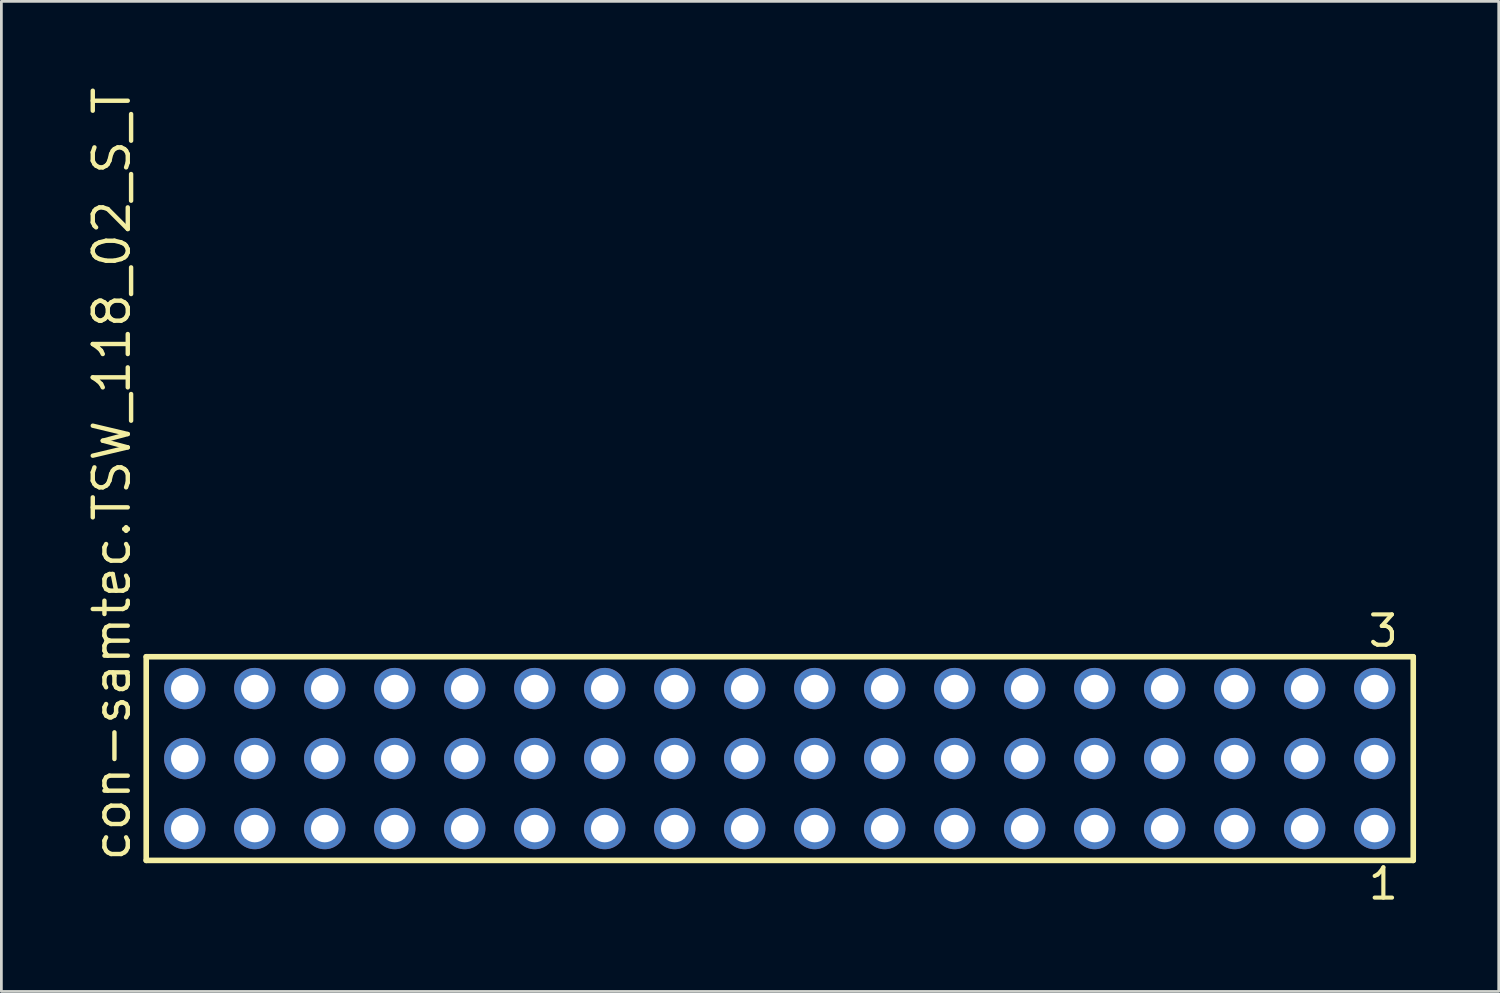
<source format=kicad_pcb>
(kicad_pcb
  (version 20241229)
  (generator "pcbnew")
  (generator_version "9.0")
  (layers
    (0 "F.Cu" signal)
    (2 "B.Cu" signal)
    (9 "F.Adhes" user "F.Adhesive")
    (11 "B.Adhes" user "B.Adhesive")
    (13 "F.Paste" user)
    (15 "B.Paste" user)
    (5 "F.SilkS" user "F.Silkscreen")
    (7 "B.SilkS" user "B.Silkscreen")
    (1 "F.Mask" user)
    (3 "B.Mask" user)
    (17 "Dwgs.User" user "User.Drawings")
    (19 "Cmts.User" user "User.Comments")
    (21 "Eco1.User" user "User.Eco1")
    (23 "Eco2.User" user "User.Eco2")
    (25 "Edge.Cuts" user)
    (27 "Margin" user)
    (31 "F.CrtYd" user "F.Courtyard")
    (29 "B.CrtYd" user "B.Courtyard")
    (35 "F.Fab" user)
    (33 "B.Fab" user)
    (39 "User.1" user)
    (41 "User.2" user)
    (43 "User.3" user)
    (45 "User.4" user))
  (footprint "con-samtec.TSW_118_02_S_T"
    (layer "F.Cu")
    (at 25.245 24.477)
    (property "Reference" "con-samtec.TSW_118_02_S_T" (at -23.495 3.81 90) (layer "F.SilkS") (effects (font (size 1.27 1.27) (thickness 0.16)) (justify left bottom)))
    (attr through_hole)
    (fp_line (start -22.989 -3.695) (end 22.989 -3.695) (stroke (width 0.203) (type default)) (layer "F.SilkS"))
    (fp_line (start -22.989 3.695) (end -22.989 -3.695) (stroke (width 0.203) (type default)) (layer "F.SilkS"))
    (fp_line (start 22.989 -3.695) (end 22.989 3.695) (stroke (width 0.203) (type default)) (layer "F.SilkS"))
    (fp_line (start 22.989 3.695) (end -22.989 3.695) (stroke (width 0.203) (type default)) (layer "F.SilkS"))
    (fp_rect (start -21.94 -2.19) (end -21.24 -2.89) (stroke (width 0.05) (type default)) (fill no) (layer "F.Fab"))
    (fp_rect (start -21.94 0.35) (end -21.24 -0.35) (stroke (width 0.05) (type default)) (fill no) (layer "F.Fab"))
    (fp_rect (start -21.94 2.89) (end -21.24 2.19) (stroke (width 0.05) (type default)) (fill no) (layer "F.Fab"))
    (fp_rect (start -19.4 -2.19) (end -18.7 -2.89) (stroke (width 0.05) (type default)) (fill no) (layer "F.Fab"))
    (fp_rect (start -19.4 0.35) (end -18.7 -0.35) (stroke (width 0.05) (type default)) (fill no) (layer "F.Fab"))
    (fp_rect (start -19.4 2.89) (end -18.7 2.19) (stroke (width 0.05) (type default)) (fill no) (layer "F.Fab"))
    (fp_rect (start -16.86 -2.19) (end -16.16 -2.89) (stroke (width 0.05) (type default)) (fill no) (layer "F.Fab"))
    (fp_rect (start -16.86 0.35) (end -16.16 -0.35) (stroke (width 0.05) (type default)) (fill no) (layer "F.Fab"))
    (fp_rect (start -16.86 2.89) (end -16.16 2.19) (stroke (width 0.05) (type default)) (fill no) (layer "F.Fab"))
    (fp_rect (start -14.32 -2.19) (end -13.62 -2.89) (stroke (width 0.05) (type default)) (fill no) (layer "F.Fab"))
    (fp_rect (start -14.32 0.35) (end -13.62 -0.35) (stroke (width 0.05) (type default)) (fill no) (layer "F.Fab"))
    (fp_rect (start -14.32 2.89) (end -13.62 2.19) (stroke (width 0.05) (type default)) (fill no) (layer "F.Fab"))
    (fp_rect (start -11.78 -2.19) (end -11.08 -2.89) (stroke (width 0.05) (type default)) (fill no) (layer "F.Fab"))
    (fp_rect (start -11.78 0.35) (end -11.08 -0.35) (stroke (width 0.05) (type default)) (fill no) (layer "F.Fab"))
    (fp_rect (start -11.78 2.89) (end -11.08 2.19) (stroke (width 0.05) (type default)) (fill no) (layer "F.Fab"))
    (fp_rect (start -9.24 -2.19) (end -8.54 -2.89) (stroke (width 0.05) (type default)) (fill no) (layer "F.Fab"))
    (fp_rect (start -9.24 0.35) (end -8.54 -0.35) (stroke (width 0.05) (type default)) (fill no) (layer "F.Fab"))
    (fp_rect (start -9.24 2.89) (end -8.54 2.19) (stroke (width 0.05) (type default)) (fill no) (layer "F.Fab"))
    (fp_rect (start -6.7 -2.19) (end -6 -2.89) (stroke (width 0.05) (type default)) (fill no) (layer "F.Fab"))
    (fp_rect (start -6.7 0.35) (end -6 -0.35) (stroke (width 0.05) (type default)) (fill no) (layer "F.Fab"))
    (fp_rect (start -6.7 2.89) (end -6 2.19) (stroke (width 0.05) (type default)) (fill no) (layer "F.Fab"))
    (fp_rect (start -4.16 -2.19) (end -3.46 -2.89) (stroke (width 0.05) (type default)) (fill no) (layer "F.Fab"))
    (fp_rect (start -4.16 0.35) (end -3.46 -0.35) (stroke (width 0.05) (type default)) (fill no) (layer "F.Fab"))
    (fp_rect (start -4.16 2.89) (end -3.46 2.19) (stroke (width 0.05) (type default)) (fill no) (layer "F.Fab"))
    (fp_rect (start -1.62 -2.19) (end -0.92 -2.89) (stroke (width 0.05) (type default)) (fill no) (layer "F.Fab"))
    (fp_rect (start -1.62 0.35) (end -0.92 -0.35) (stroke (width 0.05) (type default)) (fill no) (layer "F.Fab"))
    (fp_rect (start -1.62 2.89) (end -0.92 2.19) (stroke (width 0.05) (type default)) (fill no) (layer "F.Fab"))
    (fp_rect (start 0.92 -2.19) (end 1.62 -2.89) (stroke (width 0.05) (type default)) (fill no) (layer "F.Fab"))
    (fp_rect (start 0.92 0.35) (end 1.62 -0.35) (stroke (width 0.05) (type default)) (fill no) (layer "F.Fab"))
    (fp_rect (start 0.92 2.89) (end 1.62 2.19) (stroke (width 0.05) (type default)) (fill no) (layer "F.Fab"))
    (fp_rect (start 3.46 -2.19) (end 4.16 -2.89) (stroke (width 0.05) (type default)) (fill no) (layer "F.Fab"))
    (fp_rect (start 3.46 0.35) (end 4.16 -0.35) (stroke (width 0.05) (type default)) (fill no) (layer "F.Fab"))
    (fp_rect (start 3.46 2.89) (end 4.16 2.19) (stroke (width 0.05) (type default)) (fill no) (layer "F.Fab"))
    (fp_rect (start 6 -2.19) (end 6.7 -2.89) (stroke (width 0.05) (type default)) (fill no) (layer "F.Fab"))
    (fp_rect (start 6 0.35) (end 6.7 -0.35) (stroke (width 0.05) (type default)) (fill no) (layer "F.Fab"))
    (fp_rect (start 6 2.89) (end 6.7 2.19) (stroke (width 0.05) (type default)) (fill no) (layer "F.Fab"))
    (fp_rect (start 8.54 -2.19) (end 9.24 -2.89) (stroke (width 0.05) (type default)) (fill no) (layer "F.Fab"))
    (fp_rect (start 8.54 0.35) (end 9.24 -0.35) (stroke (width 0.05) (type default)) (fill no) (layer "F.Fab"))
    (fp_rect (start 8.54 2.89) (end 9.24 2.19) (stroke (width 0.05) (type default)) (fill no) (layer "F.Fab"))
    (fp_rect (start 11.08 -2.19) (end 11.78 -2.89) (stroke (width 0.05) (type default)) (fill no) (layer "F.Fab"))
    (fp_rect (start 11.08 0.35) (end 11.78 -0.35) (stroke (width 0.05) (type default)) (fill no) (layer "F.Fab"))
    (fp_rect (start 11.08 2.89) (end 11.78 2.19) (stroke (width 0.05) (type default)) (fill no) (layer "F.Fab"))
    (fp_rect (start 13.62 -2.19) (end 14.32 -2.89) (stroke (width 0.05) (type default)) (fill no) (layer "F.Fab"))
    (fp_rect (start 13.62 0.35) (end 14.32 -0.35) (stroke (width 0.05) (type default)) (fill no) (layer "F.Fab"))
    (fp_rect (start 13.62 2.89) (end 14.32 2.19) (stroke (width 0.05) (type default)) (fill no) (layer "F.Fab"))
    (fp_rect (start 16.16 -2.19) (end 16.86 -2.89) (stroke (width 0.05) (type default)) (fill no) (layer "F.Fab"))
    (fp_rect (start 16.16 0.35) (end 16.86 -0.35) (stroke (width 0.05) (type default)) (fill no) (layer "F.Fab"))
    (fp_rect (start 16.16 2.89) (end 16.86 2.19) (stroke (width 0.05) (type default)) (fill no) (layer "F.Fab"))
    (fp_rect (start 18.7 -2.19) (end 19.4 -2.89) (stroke (width 0.05) (type default)) (fill no) (layer "F.Fab"))
    (fp_rect (start 18.7 0.35) (end 19.4 -0.35) (stroke (width 0.05) (type default)) (fill no) (layer "F.Fab"))
    (fp_rect (start 18.7 2.89) (end 19.4 2.19) (stroke (width 0.05) (type default)) (fill no) (layer "F.Fab"))
    (fp_rect (start 21.24 -2.19) (end 21.94 -2.89) (stroke (width 0.05) (type default)) (fill no) (layer "F.Fab"))
    (fp_rect (start 21.24 0.35) (end 21.94 -0.35) (stroke (width 0.05) (type default)) (fill no) (layer "F.Fab"))
    (fp_rect (start 21.24 2.89) (end 21.94 2.19) (stroke (width 0.05) (type default)) (fill no) (layer "F.Fab"))
    (fp_text user "1" (at 21.282 5.188 0) (layer "F.SilkS") (effects (font (size 1.1 1.1) (thickness 0.15)) (justify left bottom)))
    (fp_text user "3" (at 21.278 -3.989 0) (layer "F.SilkS") (effects (font (size 1.1 1.1) (thickness 0.15)) (justify left bottom)))
    (pad "1" thru_hole circle (at 21.59 2.54 180) (size 1.5 1.5) (drill 1) (layers "*.Cu" "*.Mask"))
    (pad "2" thru_hole circle (at 21.59 0 180) (size 1.5 1.5) (drill 1) (layers "*.Cu" "*.Mask"))
    (pad "3" thru_hole circle (at 21.59 -2.54 180) (size 1.5 1.5) (drill 1) (layers "*.Cu" "*.Mask"))
    (pad "4" thru_hole circle (at 19.05 2.54 180) (size 1.5 1.5) (drill 1) (layers "*.Cu" "*.Mask"))
    (pad "5" thru_hole circle (at 19.05 0 180) (size 1.5 1.5) (drill 1) (layers "*.Cu" "*.Mask"))
    (pad "6" thru_hole circle (at 19.05 -2.54 180) (size 1.5 1.5) (drill 1) (layers "*.Cu" "*.Mask"))
    (pad "7" thru_hole circle (at 16.51 2.54 180) (size 1.5 1.5) (drill 1) (layers "*.Cu" "*.Mask"))
    (pad "8" thru_hole circle (at 16.51 0 180) (size 1.5 1.5) (drill 1) (layers "*.Cu" "*.Mask"))
    (pad "9" thru_hole circle (at 16.51 -2.54 180) (size 1.5 1.5) (drill 1) (layers "*.Cu" "*.Mask"))
    (pad "10" thru_hole circle (at 13.97 2.54 180) (size 1.5 1.5) (drill 1) (layers "*.Cu" "*.Mask"))
    (pad "11" thru_hole circle (at 13.97 0 180) (size 1.5 1.5) (drill 1) (layers "*.Cu" "*.Mask"))
    (pad "12" thru_hole circle (at 13.97 -2.54 180) (size 1.5 1.5) (drill 1) (layers "*.Cu" "*.Mask"))
    (pad "13" thru_hole circle (at 11.43 2.54 180) (size 1.5 1.5) (drill 1) (layers "*.Cu" "*.Mask"))
    (pad "14" thru_hole circle (at 11.43 0 180) (size 1.5 1.5) (drill 1) (layers "*.Cu" "*.Mask"))
    (pad "15" thru_hole circle (at 11.43 -2.54 180) (size 1.5 1.5) (drill 1) (layers "*.Cu" "*.Mask"))
    (pad "16" thru_hole circle (at 8.89 2.54 180) (size 1.5 1.5) (drill 1) (layers "*.Cu" "*.Mask"))
    (pad "17" thru_hole circle (at 8.89 0 180) (size 1.5 1.5) (drill 1) (layers "*.Cu" "*.Mask"))
    (pad "18" thru_hole circle (at 8.89 -2.54 180) (size 1.5 1.5) (drill 1) (layers "*.Cu" "*.Mask"))
    (pad "19" thru_hole circle (at 6.35 2.54 180) (size 1.5 1.5) (drill 1) (layers "*.Cu" "*.Mask"))
    (pad "20" thru_hole circle (at 6.35 0 180) (size 1.5 1.5) (drill 1) (layers "*.Cu" "*.Mask"))
    (pad "21" thru_hole circle (at 6.35 -2.54 180) (size 1.5 1.5) (drill 1) (layers "*.Cu" "*.Mask"))
    (pad "22" thru_hole circle (at 3.81 2.54 180) (size 1.5 1.5) (drill 1) (layers "*.Cu" "*.Mask"))
    (pad "23" thru_hole circle (at 3.81 0 180) (size 1.5 1.5) (drill 1) (layers "*.Cu" "*.Mask"))
    (pad "24" thru_hole circle (at 3.81 -2.54 180) (size 1.5 1.5) (drill 1) (layers "*.Cu" "*.Mask"))
    (pad "25" thru_hole circle (at 1.27 2.54 180) (size 1.5 1.5) (drill 1) (layers "*.Cu" "*.Mask"))
    (pad "26" thru_hole circle (at 1.27 0 180) (size 1.5 1.5) (drill 1) (layers "*.Cu" "*.Mask"))
    (pad "27" thru_hole circle (at 1.27 -2.54 180) (size 1.5 1.5) (drill 1) (layers "*.Cu" "*.Mask"))
    (pad "28" thru_hole circle (at -1.27 2.54 180) (size 1.5 1.5) (drill 1) (layers "*.Cu" "*.Mask"))
    (pad "29" thru_hole circle (at -1.27 0 180) (size 1.5 1.5) (drill 1) (layers "*.Cu" "*.Mask"))
    (pad "30" thru_hole circle (at -1.27 -2.54 180) (size 1.5 1.5) (drill 1) (layers "*.Cu" "*.Mask"))
    (pad "31" thru_hole circle (at -3.81 2.54 180) (size 1.5 1.5) (drill 1) (layers "*.Cu" "*.Mask"))
    (pad "32" thru_hole circle (at -3.81 0 180) (size 1.5 1.5) (drill 1) (layers "*.Cu" "*.Mask"))
    (pad "33" thru_hole circle (at -3.81 -2.54 180) (size 1.5 1.5) (drill 1) (layers "*.Cu" "*.Mask"))
    (pad "34" thru_hole circle (at -6.35 2.54 180) (size 1.5 1.5) (drill 1) (layers "*.Cu" "*.Mask"))
    (pad "35" thru_hole circle (at -6.35 0 180) (size 1.5 1.5) (drill 1) (layers "*.Cu" "*.Mask"))
    (pad "36" thru_hole circle (at -6.35 -2.54 180) (size 1.5 1.5) (drill 1) (layers "*.Cu" "*.Mask"))
    (pad "37" thru_hole circle (at -8.89 2.54 180) (size 1.5 1.5) (drill 1) (layers "*.Cu" "*.Mask"))
    (pad "38" thru_hole circle (at -8.89 0 180) (size 1.5 1.5) (drill 1) (layers "*.Cu" "*.Mask"))
    (pad "39" thru_hole circle (at -8.89 -2.54 180) (size 1.5 1.5) (drill 1) (layers "*.Cu" "*.Mask"))
    (pad "40" thru_hole circle (at -11.43 2.54 180) (size 1.5 1.5) (drill 1) (layers "*.Cu" "*.Mask"))
    (pad "41" thru_hole circle (at -11.43 0 180) (size 1.5 1.5) (drill 1) (layers "*.Cu" "*.Mask"))
    (pad "42" thru_hole circle (at -11.43 -2.54 180) (size 1.5 1.5) (drill 1) (layers "*.Cu" "*.Mask"))
    (pad "43" thru_hole circle (at -13.97 2.54 180) (size 1.5 1.5) (drill 1) (layers "*.Cu" "*.Mask"))
    (pad "44" thru_hole circle (at -13.97 0 180) (size 1.5 1.5) (drill 1) (layers "*.Cu" "*.Mask"))
    (pad "45" thru_hole circle (at -13.97 -2.54 180) (size 1.5 1.5) (drill 1) (layers "*.Cu" "*.Mask"))
    (pad "46" thru_hole circle (at -16.51 2.54 180) (size 1.5 1.5) (drill 1) (layers "*.Cu" "*.Mask"))
    (pad "47" thru_hole circle (at -16.51 0 180) (size 1.5 1.5) (drill 1) (layers "*.Cu" "*.Mask"))
    (pad "48" thru_hole circle (at -16.51 -2.54 180) (size 1.5 1.5) (drill 1) (layers "*.Cu" "*.Mask"))
    (pad "49" thru_hole circle (at -19.05 2.54 180) (size 1.5 1.5) (drill 1) (layers "*.Cu" "*.Mask"))
    (pad "50" thru_hole circle (at -19.05 0 180) (size 1.5 1.5) (drill 1) (layers "*.Cu" "*.Mask"))
    (pad "51" thru_hole circle (at -19.05 -2.54 180) (size 1.5 1.5) (drill 1) (layers "*.Cu" "*.Mask"))
    (pad "52" thru_hole circle (at -21.59 2.54 180) (size 1.5 1.5) (drill 1) (layers "*.Cu" "*.Mask"))
    (pad "53" thru_hole circle (at -21.59 0 180) (size 1.5 1.5) (drill 1) (layers "*.Cu" "*.Mask"))
    (pad "54" thru_hole circle (at -21.59 -2.54 180) (size 1.5 1.5) (drill 1) (layers "*.Cu" "*.Mask")))
  (gr_rect
    (start -3 -3)
    (end 51.336 32.928)
    (stroke (width 0.1) (type default))
    (fill no)
    (layer "Edge.Cuts")))
</source>
